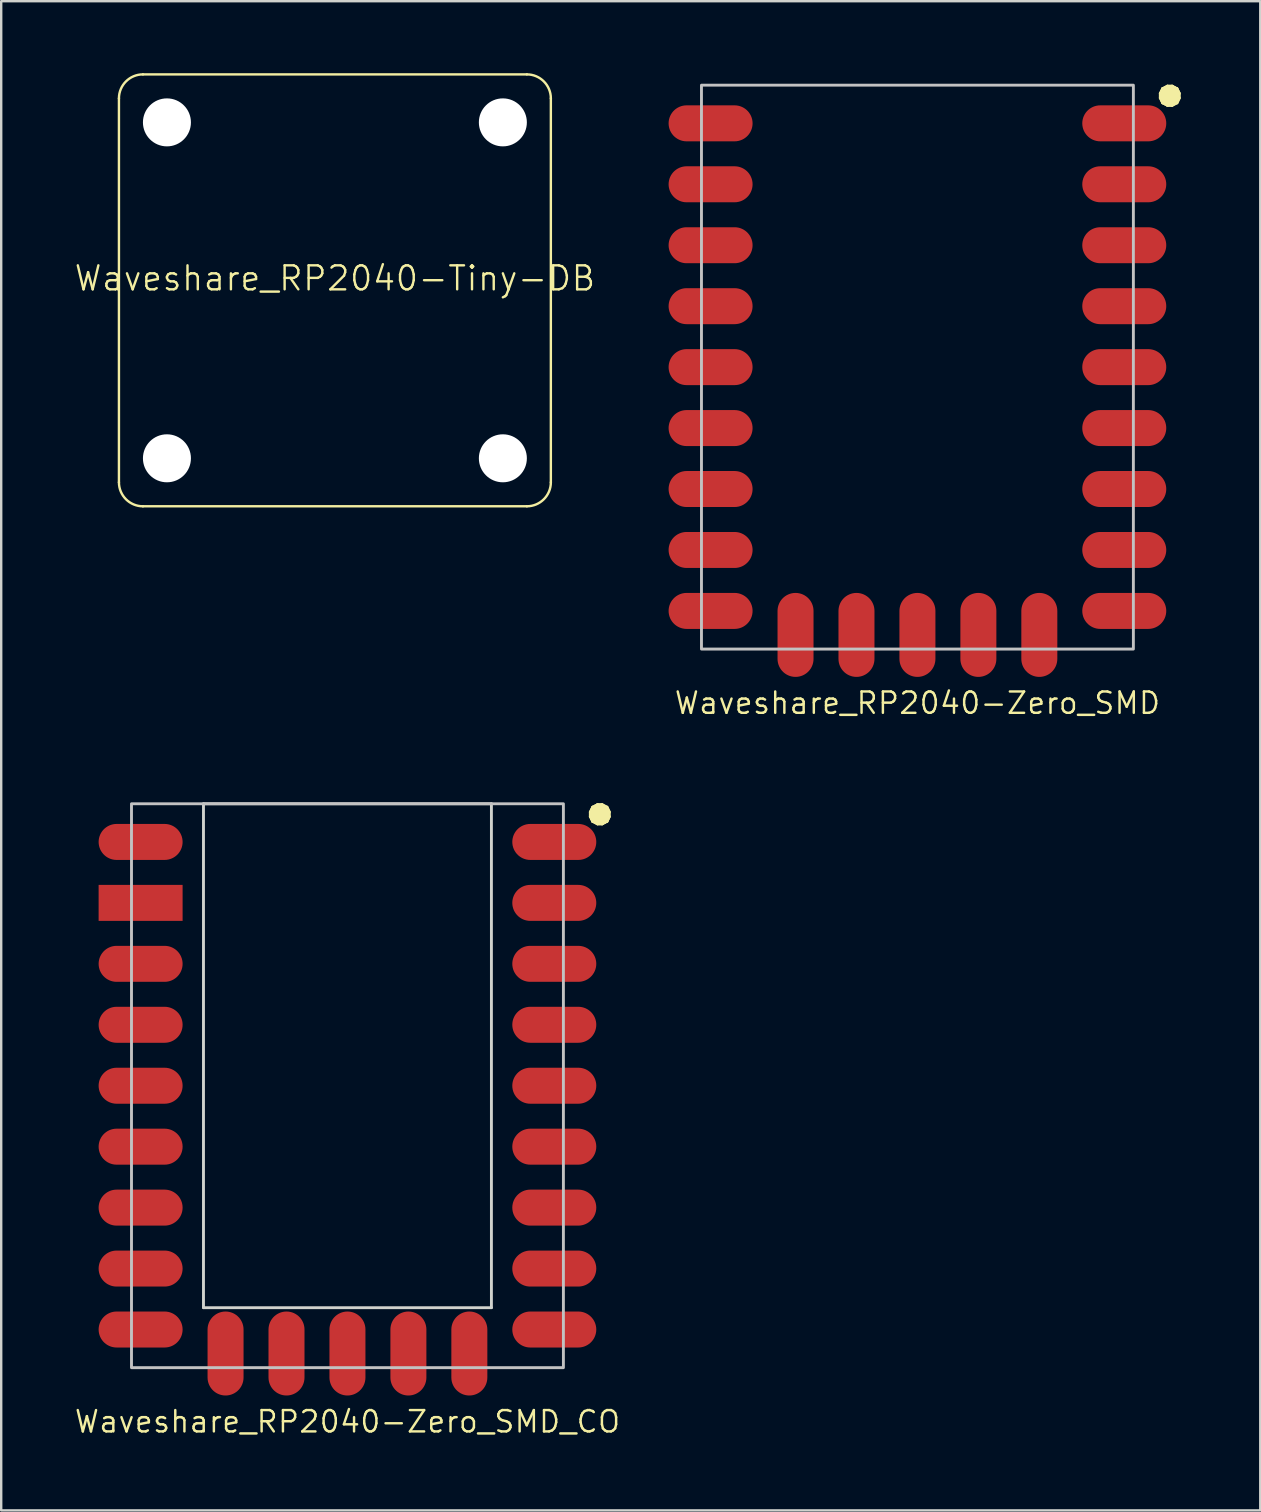
<source format=kicad_pcb>
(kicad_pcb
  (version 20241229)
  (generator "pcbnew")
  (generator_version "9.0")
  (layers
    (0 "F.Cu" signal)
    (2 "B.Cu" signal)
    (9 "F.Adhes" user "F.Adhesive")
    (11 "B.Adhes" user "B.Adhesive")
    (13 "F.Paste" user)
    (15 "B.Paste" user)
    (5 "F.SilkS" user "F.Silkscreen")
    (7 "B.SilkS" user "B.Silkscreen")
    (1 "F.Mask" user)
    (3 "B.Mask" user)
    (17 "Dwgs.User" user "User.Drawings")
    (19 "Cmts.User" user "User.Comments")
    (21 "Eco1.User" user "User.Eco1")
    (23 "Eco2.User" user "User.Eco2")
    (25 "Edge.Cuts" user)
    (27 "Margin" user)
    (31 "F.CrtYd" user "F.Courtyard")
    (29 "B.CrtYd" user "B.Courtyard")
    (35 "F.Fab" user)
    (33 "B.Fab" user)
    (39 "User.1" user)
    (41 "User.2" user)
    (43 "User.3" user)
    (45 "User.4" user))
  (footprint "Waveshare_RP2040-Zero_SMD_CO"
    (layer "F.Cu")
    (at 11.43 42.198)
    (property "Reference" "Waveshare_RP2040-Zero_SMD_CO" (at 0 14 0) (layer "F.SilkS") (effects (font (size 0.889 0.889) (thickness 0.102))))
    (attr smd exclude_from_pos_files)
    (fp_rect (start -9 -11.75) (end 9 11.75) (stroke (width 0.12) (type solid)) (fill no) (layer "Dwgs.User"))
    (fp_line (start -6 -11.75) (end -6 9.25) (stroke (width 0.12) (type solid)) (layer "Edge.Cuts"))
    (fp_line (start -6 -11.75) (end 6 -11.75) (stroke (width 0.12) (type default)) (layer "Edge.Cuts"))
    (fp_line (start -6 9.25) (end 6 9.25) (stroke (width 0.12) (type solid)) (layer "Edge.Cuts"))
    (fp_line (start 6 9.25) (end 6 -11.75) (stroke (width 0.12) (type solid)) (layer "Edge.Cuts"))
    (fp_text user "●" (at 9.8 -10.8 0) (unlocked yes) (layer "F.SilkS") (effects (font (size 1 1) (thickness 0.15)) (justify left bottom)))
    (pad "1" smd oval (at 7.62 -10.16 180) (size 3.5 1.5) (drill (offset -1 0)) (layers "F.Cu" "F.Mask" "F.Paste"))
    (pad "2" smd oval (at 7.62 -7.62 180) (size 3.5 1.5) (drill (offset -1 0)) (layers "F.Cu" "F.Mask" "F.Paste"))
    (pad "3" smd oval (at 7.62 -5.08 180) (size 3.5 1.5) (drill (offset -1 0)) (layers "F.Cu" "F.Mask" "F.Paste"))
    (pad "4" smd oval (at 7.62 -2.54 180) (size 3.5 1.5) (drill (offset -1 0)) (layers "F.Cu" "F.Mask" "F.Paste"))
    (pad "5" smd oval (at 7.62 0 180) (size 3.5 1.5) (drill (offset -1 0)) (layers "F.Cu" "F.Mask" "F.Paste"))
    (pad "6" smd oval (at 7.62 2.54 180) (size 3.5 1.5) (drill (offset -1 0)) (layers "F.Cu" "F.Mask" "F.Paste"))
    (pad "7" smd oval (at 7.62 5.08 180) (size 3.5 1.5) (drill (offset -1 0)) (layers "F.Cu" "F.Mask" "F.Paste"))
    (pad "8" smd oval (at 7.62 7.62 180) (size 3.5 1.5) (drill (offset -1 0)) (layers "F.Cu" "F.Mask" "F.Paste"))
    (pad "9" smd oval (at 7.62 10.16 180) (size 3.5 1.5) (drill (offset -1 0)) (layers "F.Cu" "F.Mask" "F.Paste"))
    (pad "10" smd oval (at 5.08 10.16 90) (size 3.5 1.5) (drill (offset -1 0)) (layers "F.Cu" "F.Mask" "F.Paste"))
    (pad "11" smd oval (at 2.54 10.16 90) (size 3.5 1.5) (drill (offset -1 0)) (layers "F.Cu" "F.Mask" "F.Paste"))
    (pad "12" smd oval (at 0 10.16 90) (size 3.5 1.5) (drill (offset -1 0)) (layers "F.Cu" "F.Mask" "F.Paste"))
    (pad "13" smd oval (at -2.54 10.16 90) (size 3.5 1.5) (drill (offset -1 0)) (layers "F.Cu" "F.Mask" "F.Paste"))
    (pad "14" smd oval (at -5.08 10.16 90) (size 3.5 1.5) (drill (offset -1 0)) (layers "F.Cu" "F.Mask" "F.Paste"))
    (pad "15" smd oval (at -7.62 10.16) (size 3.5 1.5) (drill (offset -1 0)) (layers "F.Cu" "F.Mask" "F.Paste"))
    (pad "16" smd oval (at -7.62 7.62) (size 3.5 1.5) (drill (offset -1 0)) (layers "F.Cu" "F.Mask" "F.Paste"))
    (pad "17" smd oval (at -7.62 5.08) (size 3.5 1.5) (drill (offset -1 0)) (layers "F.Cu" "F.Mask" "F.Paste"))
    (pad "18" smd oval (at -7.62 2.54) (size 3.5 1.5) (drill (offset -1 0)) (layers "F.Cu" "F.Mask" "F.Paste"))
    (pad "19" smd oval (at -7.62 0) (size 3.5 1.5) (drill (offset -1 0)) (layers "F.Cu" "F.Mask" "F.Paste"))
    (pad "20" smd oval (at -7.62 -2.54) (size 3.5 1.5) (drill (offset -1 0)) (layers "F.Cu" "F.Mask" "F.Paste"))
    (pad "21" smd oval (at -7.62 -5.08) (size 3.5 1.5) (drill (offset -1 0)) (layers "F.Cu" "F.Mask" "F.Paste"))
    (pad "22" smd rect (at -7.62 -7.62) (size 3.5 1.5) (drill (offset -1 0)) (layers "F.Cu" "F.Mask" "F.Paste"))
    (pad "23" smd oval (at -7.62 -10.16) (size 3.5 1.5) (drill (offset -1 0)) (layers "F.Cu" "F.Mask" "F.Paste")))
  (footprint "Waveshare_RP2040-Tiny-DB"
    (layer "F.Cu")
    (at 10.907 9.05)
    (property "Reference" "Waveshare_RP2040-Tiny-DB" (at 0 -0.5 0) (unlocked yes) (layer "F.SilkS") (effects (font (size 1 1) (thickness 0.1))))
    (attr through_hole)
    (fp_line (start -9 8) (end -9 -8) (stroke (width 0.1) (type default)) (layer "F.SilkS"))
    (fp_line (start -8 -9) (end 8 -9) (stroke (width 0.1) (type default)) (layer "F.SilkS"))
    (fp_line (start 8 9) (end -8 9) (stroke (width 0.1) (type default)) (layer "F.SilkS"))
    (fp_line (start 9 -8) (end 9 8) (stroke (width 0.1) (type default)) (layer "F.SilkS"))
    (fp_arc (start -9 -8) (mid -8.707107 -8.707107) (end -8 -9) (stroke (width 0.1) (type default)) (layer "F.SilkS"))
    (fp_arc (start -8 9) (mid -8.707107 8.707107) (end -9 8) (stroke (width 0.1) (type default)) (layer "F.SilkS"))
    (fp_arc (start 8 -9) (mid 8.707107 -8.707107) (end 9 -8) (stroke (width 0.1) (type default)) (layer "F.SilkS"))
    (fp_arc (start 9 8) (mid 8.707107 8.707107) (end 8 9) (stroke (width 0.1) (type default)) (layer "F.SilkS"))
    (pad "" np_thru_hole circle (at -7 -7) (size 2 2) (drill 2) (layers "*.Cu" "*.Mask"))
    (pad "" np_thru_hole circle (at -7 7) (size 2 2) (drill 2) (layers "*.Cu" "*.Mask"))
    (pad "" np_thru_hole circle (at 7 -7) (size 2 2) (drill 2) (layers "*.Cu" "*.Mask"))
    (pad "" np_thru_hole circle (at 7 7) (size 2 2) (drill 2) (layers "*.Cu" "*.Mask")))
  (footprint "Waveshare_RP2040-Zero_SMD"
    (layer "F.Cu")
    (at 35.184 12.25)
    (property "Reference" "Waveshare_RP2040-Zero_SMD" (at 0 14 0) (layer "F.SilkS") (effects (font (size 0.889 0.889) (thickness 0.102))))
    (attr smd exclude_from_pos_files)
    (fp_rect (start -9 -11.75) (end 9 11.75) (stroke (width 0.12) (type solid)) (fill no) (layer "Dwgs.User"))
    (fp_text user "●" (at 9.8 -10.8 0) (unlocked yes) (layer "F.SilkS") (effects (font (size 1 1) (thickness 0.15)) (justify left bottom)))
    (pad "1" smd oval (at 7.62 -10.16 180) (size 3.5 1.5) (drill (offset -1 0)) (layers "F.Cu" "F.Mask" "F.Paste"))
    (pad "2" smd oval (at 7.62 -7.62 180) (size 3.5 1.5) (drill (offset -1 0)) (layers "F.Cu" "F.Mask" "F.Paste"))
    (pad "3" smd oval (at 7.62 -5.08 180) (size 3.5 1.5) (drill (offset -1 0)) (layers "F.Cu" "F.Mask" "F.Paste"))
    (pad "4" smd oval (at 7.62 -2.54 180) (size 3.5 1.5) (drill (offset -1 0)) (layers "F.Cu" "F.Mask" "F.Paste"))
    (pad "5" smd oval (at 7.62 0 180) (size 3.5 1.5) (drill (offset -1 0)) (layers "F.Cu" "F.Mask" "F.Paste"))
    (pad "6" smd oval (at 7.62 2.54 180) (size 3.5 1.5) (drill (offset -1 0)) (layers "F.Cu" "F.Mask" "F.Paste"))
    (pad "7" smd oval (at 7.62 5.08 180) (size 3.5 1.5) (drill (offset -1 0)) (layers "F.Cu" "F.Mask" "F.Paste"))
    (pad "8" smd oval (at 7.62 7.62 180) (size 3.5 1.5) (drill (offset -1 0)) (layers "F.Cu" "F.Mask" "F.Paste"))
    (pad "9" smd oval (at 7.62 10.16 180) (size 3.5 1.5) (drill (offset -1 0)) (layers "F.Cu" "F.Mask" "F.Paste"))
    (pad "10" smd oval (at 5.08 10.16 90) (size 3.5 1.5) (drill (offset -1 0)) (layers "F.Cu" "F.Mask" "F.Paste"))
    (pad "11" smd oval (at 2.54 10.16 90) (size 3.5 1.5) (drill (offset -1 0)) (layers "F.Cu" "F.Mask" "F.Paste"))
    (pad "12" smd oval (at 0 10.16 90) (size 3.5 1.5) (drill (offset -1 0)) (layers "F.Cu" "F.Mask" "F.Paste"))
    (pad "13" smd oval (at -2.54 10.16 90) (size 3.5 1.5) (drill (offset -1 0)) (layers "F.Cu" "F.Mask" "F.Paste"))
    (pad "14" smd oval (at -5.08 10.16 90) (size 3.5 1.5) (drill (offset -1 0)) (layers "F.Cu" "F.Mask" "F.Paste"))
    (pad "15" smd oval (at -7.62 10.16) (size 3.5 1.5) (drill (offset -1 0)) (layers "F.Cu" "F.Mask" "F.Paste"))
    (pad "16" smd oval (at -7.62 7.62) (size 3.5 1.5) (drill (offset -1 0)) (layers "F.Cu" "F.Mask" "F.Paste"))
    (pad "17" smd oval (at -7.62 5.08) (size 3.5 1.5) (drill (offset -1 0)) (layers "F.Cu" "F.Mask" "F.Paste"))
    (pad "18" smd oval (at -7.62 2.54) (size 3.5 1.5) (drill (offset -1 0)) (layers "F.Cu" "F.Mask" "F.Paste"))
    (pad "19" smd oval (at -7.62 0) (size 3.5 1.5) (drill (offset -1 0)) (layers "F.Cu" "F.Mask" "F.Paste"))
    (pad "20" smd oval (at -7.62 -2.54) (size 3.5 1.5) (drill (offset -1 0)) (layers "F.Cu" "F.Mask" "F.Paste"))
    (pad "21" smd oval (at -7.62 -5.08) (size 3.5 1.5) (drill (offset -1 0)) (layers "F.Cu" "F.Mask" "F.Paste"))
    (pad "22" smd oval (at -7.62 -7.62) (size 3.5 1.5) (drill (offset -1 0)) (layers "F.Cu" "F.Mask" "F.Paste"))
    (pad "23" smd oval (at -7.62 -10.16) (size 3.5 1.5) (drill (offset -1 0)) (layers "F.Cu" "F.Mask" "F.Paste")))
  (gr_rect
    (start -3 -3)
    (end 49.472 59.897)
    (stroke (width 0.1) (type default))
    (fill no)
    (layer "Edge.Cuts")))
</source>
